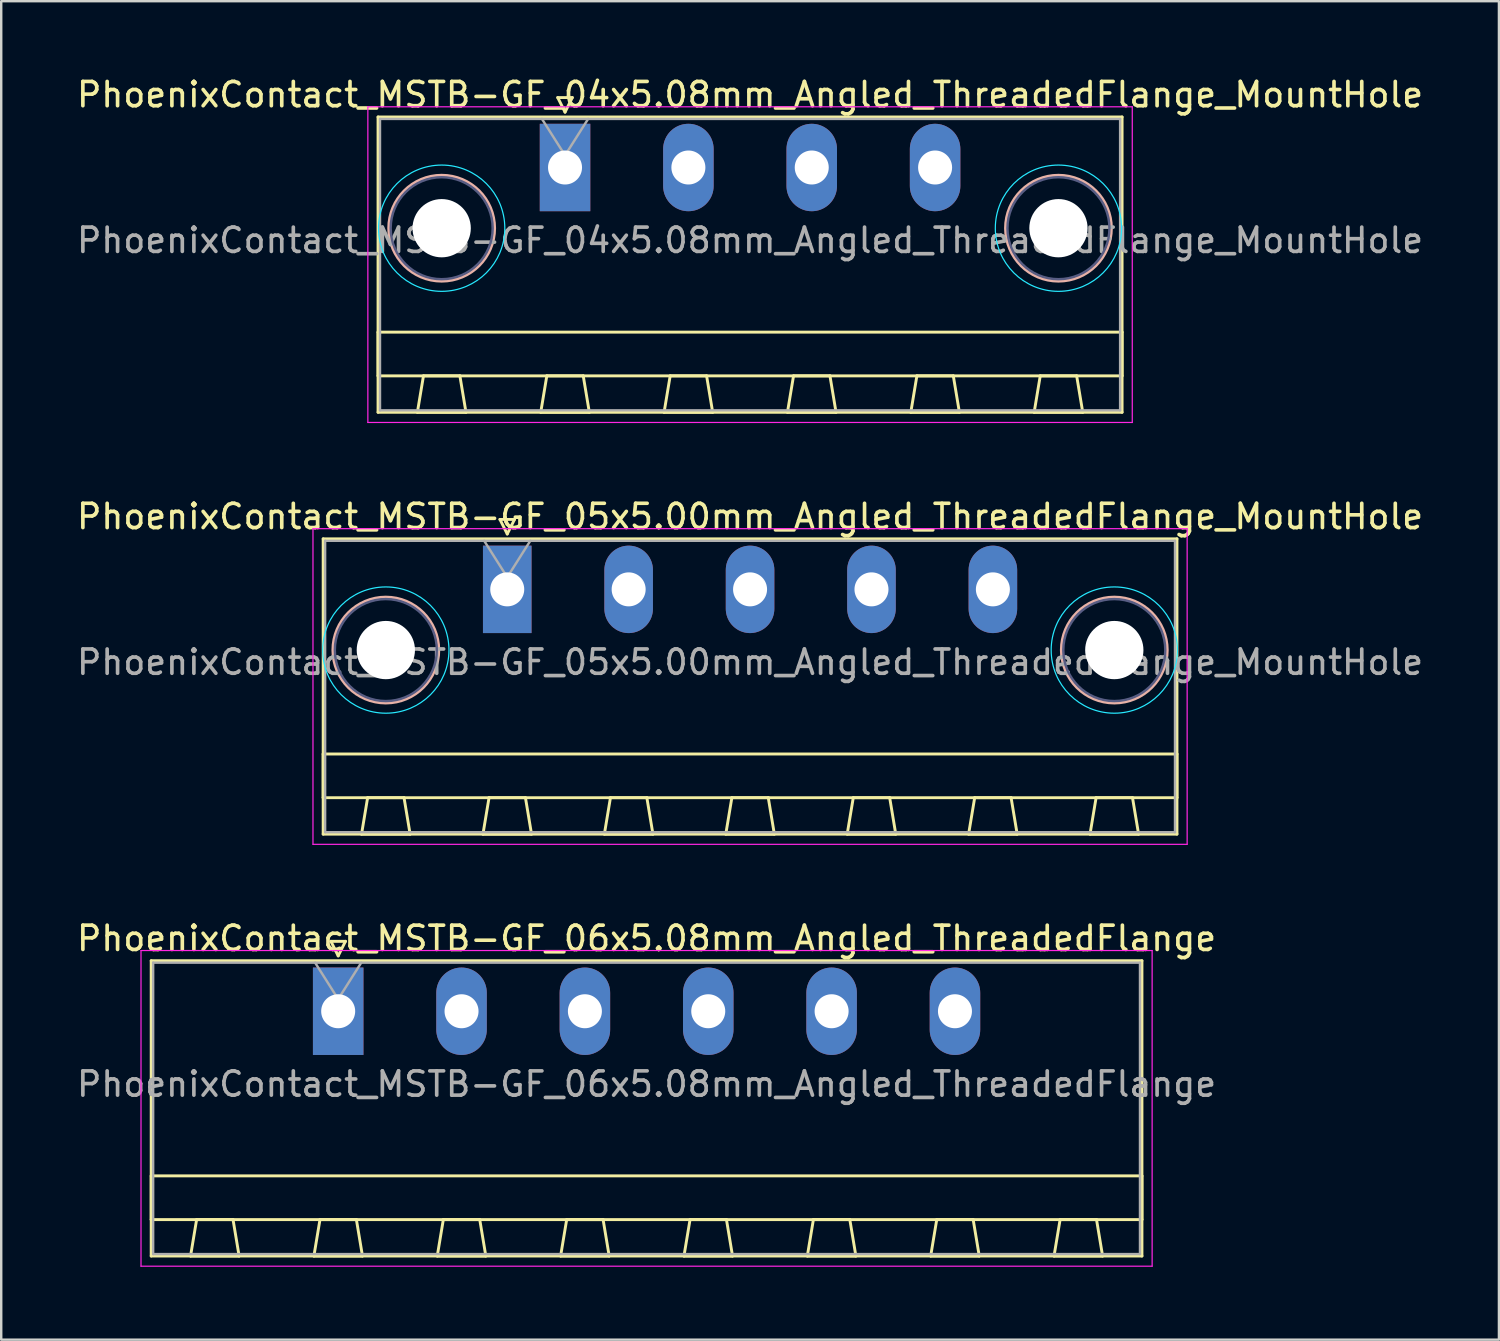
<source format=kicad_pcb>
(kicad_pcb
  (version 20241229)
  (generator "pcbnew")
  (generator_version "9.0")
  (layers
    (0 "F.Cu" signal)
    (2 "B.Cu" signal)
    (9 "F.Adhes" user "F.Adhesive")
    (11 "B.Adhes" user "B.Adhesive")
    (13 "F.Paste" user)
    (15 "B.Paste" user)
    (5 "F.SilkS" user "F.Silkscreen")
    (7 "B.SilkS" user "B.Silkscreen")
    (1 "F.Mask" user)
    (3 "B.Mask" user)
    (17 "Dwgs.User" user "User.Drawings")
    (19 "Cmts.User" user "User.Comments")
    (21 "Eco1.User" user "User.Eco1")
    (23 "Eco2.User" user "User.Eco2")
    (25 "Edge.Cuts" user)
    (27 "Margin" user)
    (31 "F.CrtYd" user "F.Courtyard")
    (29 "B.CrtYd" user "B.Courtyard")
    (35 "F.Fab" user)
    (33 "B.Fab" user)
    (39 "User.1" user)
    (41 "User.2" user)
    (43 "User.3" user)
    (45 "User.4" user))
  (footprint "PhoenixContact_MSTB-GF_06x5.08mm_Angled_ThreadedFlange"
    (layer "F.Cu")
    (at 10.877 38.595)
    (property "Reference" "PhoenixContact_MSTB-GF_06x5.08mm_Angled_ThreadedFlange" (at 12.7 -3 0) (layer "F.SilkS") (effects (font (size 1 1) (thickness 0.15))))
    (attr through_hole)
    (fp_line (start -7.7 -2.08) (end -7.7 10.08) (stroke (width 0.12) (type solid)) (layer "F.SilkS"))
    (fp_line (start -7.7 6.78) (end 33.1 6.78) (stroke (width 0.12) (type solid)) (layer "F.SilkS"))
    (fp_line (start -7.7 8.58) (end -7.7 6.78) (stroke (width 0.12) (type solid)) (layer "F.SilkS"))
    (fp_line (start -7.7 10.08) (end 33.1 10.08) (stroke (width 0.12) (type solid)) (layer "F.SilkS"))
    (fp_line (start -6.08 10.08) (end -4.08 10.08) (stroke (width 0.12) (type solid)) (layer "F.SilkS"))
    (fp_line (start -5.83 8.58) (end -6.08 10.08) (stroke (width 0.12) (type solid)) (layer "F.SilkS"))
    (fp_line (start -4.33 8.58) (end -5.83 8.58) (stroke (width 0.12) (type solid)) (layer "F.SilkS"))
    (fp_line (start -4.08 10.08) (end -4.33 8.58) (stroke (width 0.12) (type solid)) (layer "F.SilkS"))
    (fp_line (start -1 10.08) (end 1 10.08) (stroke (width 0.12) (type solid)) (layer "F.SilkS"))
    (fp_line (start -0.75 8.58) (end -1 10.08) (stroke (width 0.12) (type solid)) (layer "F.SilkS"))
    (fp_line (start -0.3 -2.88) (end 0.3 -2.88) (stroke (width 0.12) (type solid)) (layer "F.SilkS"))
    (fp_line (start 0 -2.28) (end -0.3 -2.88) (stroke (width 0.12) (type solid)) (layer "F.SilkS"))
    (fp_line (start 0.3 -2.88) (end 0 -2.28) (stroke (width 0.12) (type solid)) (layer "F.SilkS"))
    (fp_line (start 0.75 8.58) (end -0.75 8.58) (stroke (width 0.12) (type solid)) (layer "F.SilkS"))
    (fp_line (start 1 10.08) (end 0.75 8.58) (stroke (width 0.12) (type solid)) (layer "F.SilkS"))
    (fp_line (start 4.08 10.08) (end 6.08 10.08) (stroke (width 0.12) (type solid)) (layer "F.SilkS"))
    (fp_line (start 4.33 8.58) (end 4.08 10.08) (stroke (width 0.12) (type solid)) (layer "F.SilkS"))
    (fp_line (start 5.83 8.58) (end 4.33 8.58) (stroke (width 0.12) (type solid)) (layer "F.SilkS"))
    (fp_line (start 6.08 10.08) (end 5.83 8.58) (stroke (width 0.12) (type solid)) (layer "F.SilkS"))
    (fp_line (start 9.16 10.08) (end 11.16 10.08) (stroke (width 0.12) (type solid)) (layer "F.SilkS"))
    (fp_line (start 9.41 8.58) (end 9.16 10.08) (stroke (width 0.12) (type solid)) (layer "F.SilkS"))
    (fp_line (start 10.91 8.58) (end 9.41 8.58) (stroke (width 0.12) (type solid)) (layer "F.SilkS"))
    (fp_line (start 11.16 10.08) (end 10.91 8.58) (stroke (width 0.12) (type solid)) (layer "F.SilkS"))
    (fp_line (start 14.24 10.08) (end 16.24 10.08) (stroke (width 0.12) (type solid)) (layer "F.SilkS"))
    (fp_line (start 14.49 8.58) (end 14.24 10.08) (stroke (width 0.12) (type solid)) (layer "F.SilkS"))
    (fp_line (start 15.99 8.58) (end 14.49 8.58) (stroke (width 0.12) (type solid)) (layer "F.SilkS"))
    (fp_line (start 16.24 10.08) (end 15.99 8.58) (stroke (width 0.12) (type solid)) (layer "F.SilkS"))
    (fp_line (start 19.32 10.08) (end 21.32 10.08) (stroke (width 0.12) (type solid)) (layer "F.SilkS"))
    (fp_line (start 19.57 8.58) (end 19.32 10.08) (stroke (width 0.12) (type solid)) (layer "F.SilkS"))
    (fp_line (start 21.07 8.58) (end 19.57 8.58) (stroke (width 0.12) (type solid)) (layer "F.SilkS"))
    (fp_line (start 21.32 10.08) (end 21.07 8.58) (stroke (width 0.12) (type solid)) (layer "F.SilkS"))
    (fp_line (start 24.4 10.08) (end 26.4 10.08) (stroke (width 0.12) (type solid)) (layer "F.SilkS"))
    (fp_line (start 24.65 8.58) (end 24.4 10.08) (stroke (width 0.12) (type solid)) (layer "F.SilkS"))
    (fp_line (start 26.15 8.58) (end 24.65 8.58) (stroke (width 0.12) (type solid)) (layer "F.SilkS"))
    (fp_line (start 26.4 10.08) (end 26.15 8.58) (stroke (width 0.12) (type solid)) (layer "F.SilkS"))
    (fp_line (start 29.48 10.08) (end 31.48 10.08) (stroke (width 0.12) (type solid)) (layer "F.SilkS"))
    (fp_line (start 29.73 8.58) (end 29.48 10.08) (stroke (width 0.12) (type solid)) (layer "F.SilkS"))
    (fp_line (start 31.23 8.58) (end 29.73 8.58) (stroke (width 0.12) (type solid)) (layer "F.SilkS"))
    (fp_line (start 31.48 10.08) (end 31.23 8.58) (stroke (width 0.12) (type solid)) (layer "F.SilkS"))
    (fp_line (start 33.1 -2.08) (end -7.7 -2.08) (stroke (width 0.12) (type solid)) (layer "F.SilkS"))
    (fp_line (start 33.1 6.78) (end 33.1 8.58) (stroke (width 0.12) (type solid)) (layer "F.SilkS"))
    (fp_line (start 33.1 8.58) (end -7.7 8.58) (stroke (width 0.12) (type solid)) (layer "F.SilkS"))
    (fp_line (start 33.1 10.08) (end 33.1 -2.08) (stroke (width 0.12) (type solid)) (layer "F.SilkS"))
    (fp_line (start -8.12 -2.5) (end -8.12 10.5) (stroke (width 0.05) (type solid)) (layer "F.CrtYd"))
    (fp_line (start -8.12 10.5) (end 33.52 10.5) (stroke (width 0.05) (type solid)) (layer "F.CrtYd"))
    (fp_line (start 33.52 -2.5) (end -8.12 -2.5) (stroke (width 0.05) (type solid)) (layer "F.CrtYd"))
    (fp_line (start 33.52 10.5) (end 33.52 -2.5) (stroke (width 0.05) (type solid)) (layer "F.CrtYd"))
    (fp_line (start -7.62 -2) (end -7.62 10) (stroke (width 0.1) (type solid)) (layer "F.Fab"))
    (fp_line (start -7.62 10) (end 33.02 10) (stroke (width 0.1) (type solid)) (layer "F.Fab"))
    (fp_line (start 0 -0.5) (end -0.95 -2) (stroke (width 0.1) (type solid)) (layer "F.Fab"))
    (fp_line (start 0.95 -2) (end 0 -0.5) (stroke (width 0.1) (type solid)) (layer "F.Fab"))
    (fp_line (start 33.02 -2) (end -7.62 -2) (stroke (width 0.1) (type solid)) (layer "F.Fab"))
    (fp_line (start 33.02 10) (end 33.02 -2) (stroke (width 0.1) (type solid)) (layer "F.Fab"))
    (fp_text user "${REFERENCE}" (at 12.7 3 0) (layer "F.Fab") (effects (font (size 1 1) (thickness 0.15))))
    (pad "1" thru_hole rect (at 0 0) (size 2.08 3.6) (drill 1.4) (layers "*.Cu" "*.Mask"))
    (pad "2" thru_hole oval (at 5.08 0) (size 2.08 3.6) (drill 1.4) (layers "*.Cu" "*.Mask"))
    (pad "3" thru_hole oval (at 10.16 0) (size 2.08 3.6) (drill 1.4) (layers "*.Cu" "*.Mask"))
    (pad "4" thru_hole oval (at 15.24 0) (size 2.08 3.6) (drill 1.4) (layers "*.Cu" "*.Mask"))
    (pad "5" thru_hole oval (at 20.32 0) (size 2.08 3.6) (drill 1.4) (layers "*.Cu" "*.Mask"))
    (pad "6" thru_hole oval (at 25.4 0) (size 2.08 3.6) (drill 1.4) (layers "*.Cu" "*.Mask")))
  (footprint "PhoenixContact_MSTB-GF_04x5.08mm_Angled_ThreadedFlange_MountHole"
    (layer "F.Cu")
    (at 20.219 3.848)
    (property "Reference" "PhoenixContact_MSTB-GF_04x5.08mm_Angled_ThreadedFlange_MountHole" (at 7.62 -3 0) (layer "F.SilkS") (effects (font (size 1 1) (thickness 0.15))))
    (attr through_hole)
    (fp_line (start -7.7 -2.08) (end -7.7 10.08) (stroke (width 0.12) (type solid)) (layer "F.SilkS"))
    (fp_line (start -7.7 6.78) (end 22.94 6.78) (stroke (width 0.12) (type solid)) (layer "F.SilkS"))
    (fp_line (start -7.7 8.58) (end -7.7 6.78) (stroke (width 0.12) (type solid)) (layer "F.SilkS"))
    (fp_line (start -7.7 10.08) (end 22.94 10.08) (stroke (width 0.12) (type solid)) (layer "F.SilkS"))
    (fp_line (start -6.08 10.08) (end -4.08 10.08) (stroke (width 0.12) (type solid)) (layer "F.SilkS"))
    (fp_line (start -5.83 8.58) (end -6.08 10.08) (stroke (width 0.12) (type solid)) (layer "F.SilkS"))
    (fp_line (start -4.33 8.58) (end -5.83 8.58) (stroke (width 0.12) (type solid)) (layer "F.SilkS"))
    (fp_line (start -4.08 10.08) (end -4.33 8.58) (stroke (width 0.12) (type solid)) (layer "F.SilkS"))
    (fp_line (start -1 10.08) (end 1 10.08) (stroke (width 0.12) (type solid)) (layer "F.SilkS"))
    (fp_line (start -0.75 8.58) (end -1 10.08) (stroke (width 0.12) (type solid)) (layer "F.SilkS"))
    (fp_line (start -0.3 -2.88) (end 0.3 -2.88) (stroke (width 0.12) (type solid)) (layer "F.SilkS"))
    (fp_line (start 0 -2.28) (end -0.3 -2.88) (stroke (width 0.12) (type solid)) (layer "F.SilkS"))
    (fp_line (start 0.3 -2.88) (end 0 -2.28) (stroke (width 0.12) (type solid)) (layer "F.SilkS"))
    (fp_line (start 0.75 8.58) (end -0.75 8.58) (stroke (width 0.12) (type solid)) (layer "F.SilkS"))
    (fp_line (start 1 10.08) (end 0.75 8.58) (stroke (width 0.12) (type solid)) (layer "F.SilkS"))
    (fp_line (start 4.08 10.08) (end 6.08 10.08) (stroke (width 0.12) (type solid)) (layer "F.SilkS"))
    (fp_line (start 4.33 8.58) (end 4.08 10.08) (stroke (width 0.12) (type solid)) (layer "F.SilkS"))
    (fp_line (start 5.83 8.58) (end 4.33 8.58) (stroke (width 0.12) (type solid)) (layer "F.SilkS"))
    (fp_line (start 6.08 10.08) (end 5.83 8.58) (stroke (width 0.12) (type solid)) (layer "F.SilkS"))
    (fp_line (start 9.16 10.08) (end 11.16 10.08) (stroke (width 0.12) (type solid)) (layer "F.SilkS"))
    (fp_line (start 9.41 8.58) (end 9.16 10.08) (stroke (width 0.12) (type solid)) (layer "F.SilkS"))
    (fp_line (start 10.91 8.58) (end 9.41 8.58) (stroke (width 0.12) (type solid)) (layer "F.SilkS"))
    (fp_line (start 11.16 10.08) (end 10.91 8.58) (stroke (width 0.12) (type solid)) (layer "F.SilkS"))
    (fp_line (start 14.24 10.08) (end 16.24 10.08) (stroke (width 0.12) (type solid)) (layer "F.SilkS"))
    (fp_line (start 14.49 8.58) (end 14.24 10.08) (stroke (width 0.12) (type solid)) (layer "F.SilkS"))
    (fp_line (start 15.99 8.58) (end 14.49 8.58) (stroke (width 0.12) (type solid)) (layer "F.SilkS"))
    (fp_line (start 16.24 10.08) (end 15.99 8.58) (stroke (width 0.12) (type solid)) (layer "F.SilkS"))
    (fp_line (start 19.32 10.08) (end 21.32 10.08) (stroke (width 0.12) (type solid)) (layer "F.SilkS"))
    (fp_line (start 19.57 8.58) (end 19.32 10.08) (stroke (width 0.12) (type solid)) (layer "F.SilkS"))
    (fp_line (start 21.07 8.58) (end 19.57 8.58) (stroke (width 0.12) (type solid)) (layer "F.SilkS"))
    (fp_line (start 21.32 10.08) (end 21.07 8.58) (stroke (width 0.12) (type solid)) (layer "F.SilkS"))
    (fp_line (start 22.94 -2.08) (end -7.7 -2.08) (stroke (width 0.12) (type solid)) (layer "F.SilkS"))
    (fp_line (start 22.94 6.78) (end 22.94 8.58) (stroke (width 0.12) (type solid)) (layer "F.SilkS"))
    (fp_line (start 22.94 8.58) (end -7.7 8.58) (stroke (width 0.12) (type solid)) (layer "F.SilkS"))
    (fp_line (start 22.94 10.08) (end 22.94 -2.08) (stroke (width 0.12) (type solid)) (layer "F.SilkS"))
    (fp_circle (center -5.08 2.5) (end -2.9 2.5) (stroke (width 0.12) (type solid)) (fill no) (layer "B.SilkS"))
    (fp_circle (center 20.32 2.5) (end 22.5 2.5) (stroke (width 0.12) (type solid)) (fill no) (layer "B.SilkS"))
    (fp_circle (center -5.08 2.5) (end -2.48 2.5) (stroke (width 0.05) (type solid)) (fill no) (layer "B.CrtYd"))
    (fp_circle (center 20.32 2.5) (end 22.92 2.5) (stroke (width 0.05) (type solid)) (fill no) (layer "B.CrtYd"))
    (fp_line (start -8.12 -2.5) (end -8.12 10.5) (stroke (width 0.05) (type solid)) (layer "F.CrtYd"))
    (fp_line (start -8.12 10.5) (end 23.36 10.5) (stroke (width 0.05) (type solid)) (layer "F.CrtYd"))
    (fp_line (start 23.36 -2.5) (end -8.12 -2.5) (stroke (width 0.05) (type solid)) (layer "F.CrtYd"))
    (fp_line (start 23.36 10.5) (end 23.36 -2.5) (stroke (width 0.05) (type solid)) (layer "F.CrtYd"))
    (fp_circle (center -5.08 2.5) (end -2.98 2.5) (stroke (width 0.1) (type solid)) (fill no) (layer "B.Fab"))
    (fp_circle (center 20.32 2.5) (end 22.42 2.5) (stroke (width 0.1) (type solid)) (fill no) (layer "B.Fab"))
    (fp_line (start -7.62 -2) (end -7.62 10) (stroke (width 0.1) (type solid)) (layer "F.Fab"))
    (fp_line (start -7.62 10) (end 22.86 10) (stroke (width 0.1) (type solid)) (layer "F.Fab"))
    (fp_line (start 0 -0.5) (end -0.95 -2) (stroke (width 0.1) (type solid)) (layer "F.Fab"))
    (fp_line (start 0.95 -2) (end 0 -0.5) (stroke (width 0.1) (type solid)) (layer "F.Fab"))
    (fp_line (start 22.86 -2) (end -7.62 -2) (stroke (width 0.1) (type solid)) (layer "F.Fab"))
    (fp_line (start 22.86 10) (end 22.86 -2) (stroke (width 0.1) (type solid)) (layer "F.Fab"))
    (fp_text user "${REFERENCE}" (at 7.62 3 0) (layer "F.Fab") (effects (font (size 1 1) (thickness 0.15))))
    (pad "" np_thru_hole circle (at -5.08 2.5) (size 2.4 2.4) (drill 2.4) (layers "*.Cu" "*.Mask"))
    (pad "" np_thru_hole circle (at 20.32 2.5) (size 2.4 2.4) (drill 2.4) (layers "*.Cu" "*.Mask"))
    (pad "1" thru_hole rect (at 0 0) (size 2.08 3.6) (drill 1.4) (layers "*.Cu" "*.Mask"))
    (pad "2" thru_hole oval (at 5.08 0) (size 2.08 3.6) (drill 1.4) (layers "*.Cu" "*.Mask"))
    (pad "3" thru_hole oval (at 10.16 0) (size 2.08 3.6) (drill 1.4) (layers "*.Cu" "*.Mask"))
    (pad "4" thru_hole oval (at 15.24 0) (size 2.08 3.6) (drill 1.4) (layers "*.Cu" "*.Mask")))
  (footprint "PhoenixContact_MSTB-GF_05x5.00mm_Angled_ThreadedFlange_MountHole"
    (layer "F.Cu")
    (at 17.839 21.221)
    (property "Reference" "PhoenixContact_MSTB-GF_05x5.00mm_Angled_ThreadedFlange_MountHole" (at 10 -3 0) (layer "F.SilkS") (effects (font (size 1 1) (thickness 0.15))))
    (attr through_hole)
    (fp_line (start -7.58 -2.08) (end -7.58 10.08) (stroke (width 0.12) (type solid)) (layer "F.SilkS"))
    (fp_line (start -7.58 6.78) (end 27.58 6.78) (stroke (width 0.12) (type solid)) (layer "F.SilkS"))
    (fp_line (start -7.58 8.58) (end -7.58 6.78) (stroke (width 0.12) (type solid)) (layer "F.SilkS"))
    (fp_line (start -7.58 10.08) (end 27.58 10.08) (stroke (width 0.12) (type solid)) (layer "F.SilkS"))
    (fp_line (start -6 10.08) (end -4 10.08) (stroke (width 0.12) (type solid)) (layer "F.SilkS"))
    (fp_line (start -5.75 8.58) (end -6 10.08) (stroke (width 0.12) (type solid)) (layer "F.SilkS"))
    (fp_line (start -4.25 8.58) (end -5.75 8.58) (stroke (width 0.12) (type solid)) (layer "F.SilkS"))
    (fp_line (start -4 10.08) (end -4.25 8.58) (stroke (width 0.12) (type solid)) (layer "F.SilkS"))
    (fp_line (start -1 10.08) (end 1 10.08) (stroke (width 0.12) (type solid)) (layer "F.SilkS"))
    (fp_line (start -0.75 8.58) (end -1 10.08) (stroke (width 0.12) (type solid)) (layer "F.SilkS"))
    (fp_line (start -0.3 -2.88) (end 0.3 -2.88) (stroke (width 0.12) (type solid)) (layer "F.SilkS"))
    (fp_line (start 0 -2.28) (end -0.3 -2.88) (stroke (width 0.12) (type solid)) (layer "F.SilkS"))
    (fp_line (start 0.3 -2.88) (end 0 -2.28) (stroke (width 0.12) (type solid)) (layer "F.SilkS"))
    (fp_line (start 0.75 8.58) (end -0.75 8.58) (stroke (width 0.12) (type solid)) (layer "F.SilkS"))
    (fp_line (start 1 10.08) (end 0.75 8.58) (stroke (width 0.12) (type solid)) (layer "F.SilkS"))
    (fp_line (start 4 10.08) (end 6 10.08) (stroke (width 0.12) (type solid)) (layer "F.SilkS"))
    (fp_line (start 4.25 8.58) (end 4 10.08) (stroke (width 0.12) (type solid)) (layer "F.SilkS"))
    (fp_line (start 5.75 8.58) (end 4.25 8.58) (stroke (width 0.12) (type solid)) (layer "F.SilkS"))
    (fp_line (start 6 10.08) (end 5.75 8.58) (stroke (width 0.12) (type solid)) (layer "F.SilkS"))
    (fp_line (start 9 10.08) (end 11 10.08) (stroke (width 0.12) (type solid)) (layer "F.SilkS"))
    (fp_line (start 9.25 8.58) (end 9 10.08) (stroke (width 0.12) (type solid)) (layer "F.SilkS"))
    (fp_line (start 10.75 8.58) (end 9.25 8.58) (stroke (width 0.12) (type solid)) (layer "F.SilkS"))
    (fp_line (start 11 10.08) (end 10.75 8.58) (stroke (width 0.12) (type solid)) (layer "F.SilkS"))
    (fp_line (start 14 10.08) (end 16 10.08) (stroke (width 0.12) (type solid)) (layer "F.SilkS"))
    (fp_line (start 14.25 8.58) (end 14 10.08) (stroke (width 0.12) (type solid)) (layer "F.SilkS"))
    (fp_line (start 15.75 8.58) (end 14.25 8.58) (stroke (width 0.12) (type solid)) (layer "F.SilkS"))
    (fp_line (start 16 10.08) (end 15.75 8.58) (stroke (width 0.12) (type solid)) (layer "F.SilkS"))
    (fp_line (start 19 10.08) (end 21 10.08) (stroke (width 0.12) (type solid)) (layer "F.SilkS"))
    (fp_line (start 19.25 8.58) (end 19 10.08) (stroke (width 0.12) (type solid)) (layer "F.SilkS"))
    (fp_line (start 20.75 8.58) (end 19.25 8.58) (stroke (width 0.12) (type solid)) (layer "F.SilkS"))
    (fp_line (start 21 10.08) (end 20.75 8.58) (stroke (width 0.12) (type solid)) (layer "F.SilkS"))
    (fp_line (start 24 10.08) (end 26 10.08) (stroke (width 0.12) (type solid)) (layer "F.SilkS"))
    (fp_line (start 24.25 8.58) (end 24 10.08) (stroke (width 0.12) (type solid)) (layer "F.SilkS"))
    (fp_line (start 25.75 8.58) (end 24.25 8.58) (stroke (width 0.12) (type solid)) (layer "F.SilkS"))
    (fp_line (start 26 10.08) (end 25.75 8.58) (stroke (width 0.12) (type solid)) (layer "F.SilkS"))
    (fp_line (start 27.58 -2.08) (end -7.58 -2.08) (stroke (width 0.12) (type solid)) (layer "F.SilkS"))
    (fp_line (start 27.58 6.78) (end 27.58 8.58) (stroke (width 0.12) (type solid)) (layer "F.SilkS"))
    (fp_line (start 27.58 8.58) (end -7.58 8.58) (stroke (width 0.12) (type solid)) (layer "F.SilkS"))
    (fp_line (start 27.58 10.08) (end 27.58 -2.08) (stroke (width 0.12) (type solid)) (layer "F.SilkS"))
    (fp_circle (center -5 2.5) (end -2.82 2.5) (stroke (width 0.12) (type solid)) (fill no) (layer "B.SilkS"))
    (fp_circle (center 25 2.5) (end 27.18 2.5) (stroke (width 0.12) (type solid)) (fill no) (layer "B.SilkS"))
    (fp_circle (center -5 2.5) (end -2.4 2.5) (stroke (width 0.05) (type solid)) (fill no) (layer "B.CrtYd"))
    (fp_circle (center 25 2.5) (end 27.6 2.5) (stroke (width 0.05) (type solid)) (fill no) (layer "B.CrtYd"))
    (fp_line (start -8 -2.5) (end -8 10.5) (stroke (width 0.05) (type solid)) (layer "F.CrtYd"))
    (fp_line (start -8 10.5) (end 28 10.5) (stroke (width 0.05) (type solid)) (layer "F.CrtYd"))
    (fp_line (start 28 -2.5) (end -8 -2.5) (stroke (width 0.05) (type solid)) (layer "F.CrtYd"))
    (fp_line (start 28 10.5) (end 28 -2.5) (stroke (width 0.05) (type solid)) (layer "F.CrtYd"))
    (fp_circle (center -5 2.5) (end -2.9 2.5) (stroke (width 0.1) (type solid)) (fill no) (layer "B.Fab"))
    (fp_circle (center 25 2.5) (end 27.1 2.5) (stroke (width 0.1) (type solid)) (fill no) (layer "B.Fab"))
    (fp_line (start -7.5 -2) (end -7.5 10) (stroke (width 0.1) (type solid)) (layer "F.Fab"))
    (fp_line (start -7.5 10) (end 27.5 10) (stroke (width 0.1) (type solid)) (layer "F.Fab"))
    (fp_line (start 0 -0.5) (end -0.95 -2) (stroke (width 0.1) (type solid)) (layer "F.Fab"))
    (fp_line (start 0.95 -2) (end 0 -0.5) (stroke (width 0.1) (type solid)) (layer "F.Fab"))
    (fp_line (start 27.5 -2) (end -7.5 -2) (stroke (width 0.1) (type solid)) (layer "F.Fab"))
    (fp_line (start 27.5 10) (end 27.5 -2) (stroke (width 0.1) (type solid)) (layer "F.Fab"))
    (fp_text user "${REFERENCE}" (at 10 3 0) (layer "F.Fab") (effects (font (size 1 1) (thickness 0.15))))
    (pad "" np_thru_hole circle (at -5 2.5) (size 2.4 2.4) (drill 2.4) (layers "*.Cu" "*.Mask"))
    (pad "" np_thru_hole circle (at 25 2.5) (size 2.4 2.4) (drill 2.4) (layers "*.Cu" "*.Mask"))
    (pad "1" thru_hole rect (at 0 0) (size 2 3.6) (drill 1.4) (layers "*.Cu" "*.Mask"))
    (pad "2" thru_hole oval (at 5 0) (size 2 3.6) (drill 1.4) (layers "*.Cu" "*.Mask"))
    (pad "3" thru_hole oval (at 10 0) (size 2 3.6) (drill 1.4) (layers "*.Cu" "*.Mask"))
    (pad "4" thru_hole oval (at 15 0) (size 2 3.6) (drill 1.4) (layers "*.Cu" "*.Mask"))
    (pad "5" thru_hole oval (at 20 0) (size 2 3.6) (drill 1.4) (layers "*.Cu" "*.Mask")))
  (gr_rect
    (start -3 -3)
    (end 58.679 52.12)
    (stroke (width 0.1) (type default))
    (fill no)
    (layer "Edge.Cuts")))
</source>
